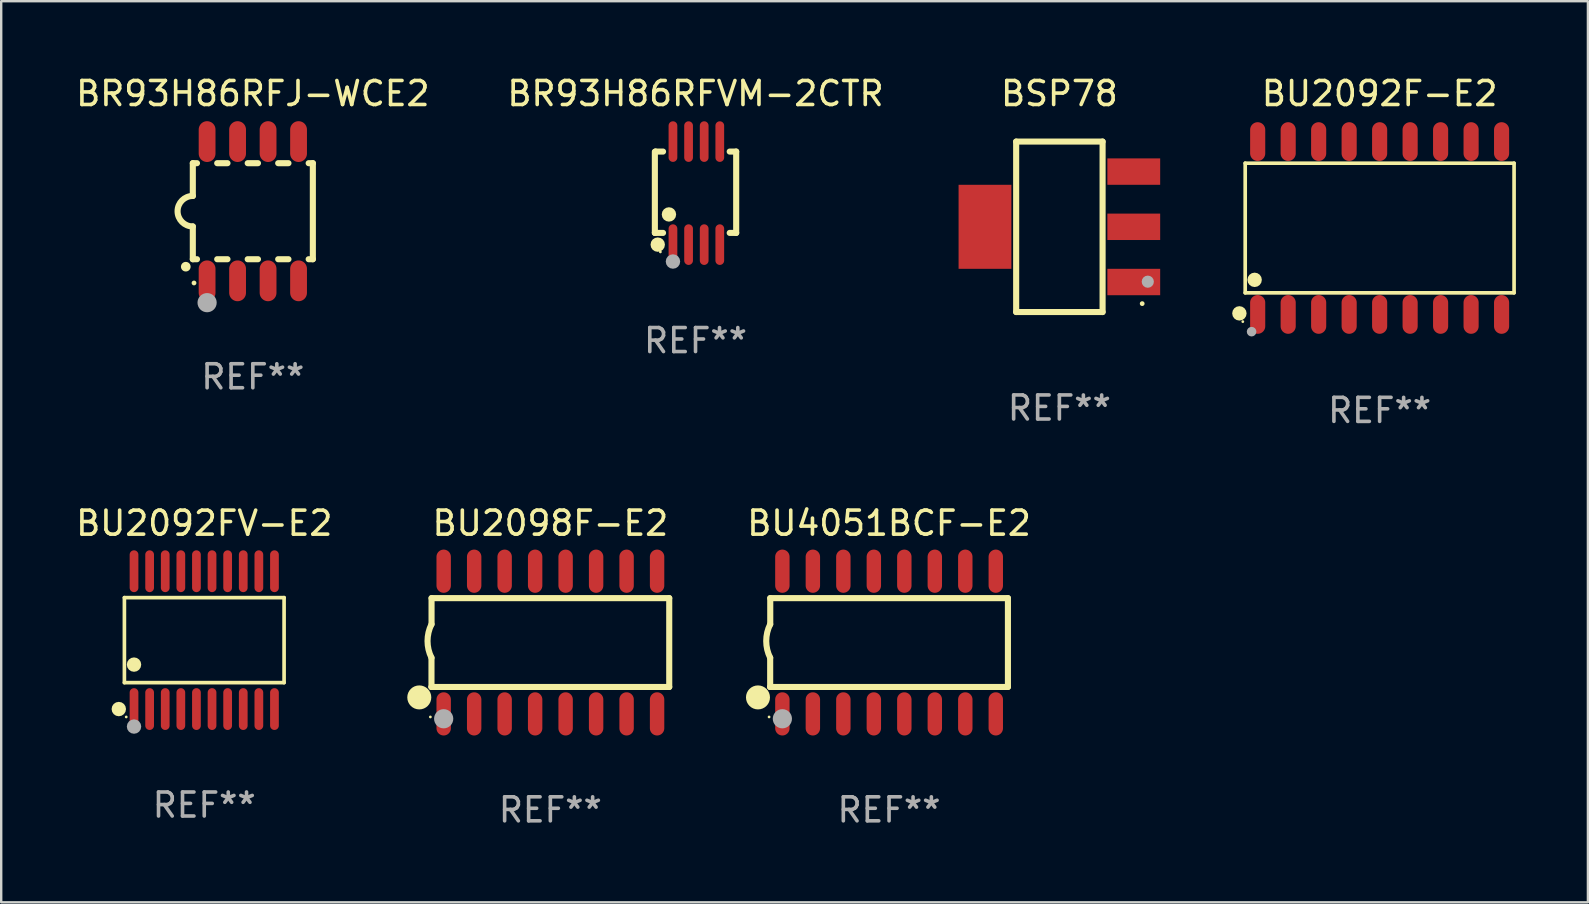
<source format=kicad_pcb>
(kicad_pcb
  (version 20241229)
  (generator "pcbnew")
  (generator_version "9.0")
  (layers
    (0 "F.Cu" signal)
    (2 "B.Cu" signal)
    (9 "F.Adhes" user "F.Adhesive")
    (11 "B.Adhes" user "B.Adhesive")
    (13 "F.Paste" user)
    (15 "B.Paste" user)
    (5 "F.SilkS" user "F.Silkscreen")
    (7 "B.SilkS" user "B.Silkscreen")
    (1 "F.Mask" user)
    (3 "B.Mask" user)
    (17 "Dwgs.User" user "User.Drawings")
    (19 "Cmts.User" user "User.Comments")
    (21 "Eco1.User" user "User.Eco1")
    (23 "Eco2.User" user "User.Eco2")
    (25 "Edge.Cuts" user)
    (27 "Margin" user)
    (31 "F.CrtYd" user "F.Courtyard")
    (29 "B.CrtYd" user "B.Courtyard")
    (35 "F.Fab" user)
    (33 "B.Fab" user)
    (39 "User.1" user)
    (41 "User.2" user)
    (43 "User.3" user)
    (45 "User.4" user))
  (footprint "BU2092F-E2"
    (layer "F.Cu")
    (at 54.421 6.448)
    (property "Reference" "BU2092F-E2" (at 0 -5.6 0) (layer "F.SilkS") (effects (font (size 1 1) (thickness 0.15))))
    (attr through_hole)
    (fp_line (start -5.6 -2.7) (end 5.6 -2.7) (stroke (width 0.152) (type solid)) (layer "F.SilkS"))
    (fp_line (start -5.6 2.7) (end -5.6 -2.7) (stroke (width 0.152) (type solid)) (layer "F.SilkS"))
    (fp_line (start 5.6 -2.7) (end 5.6 2.7) (stroke (width 0.152) (type solid)) (layer "F.SilkS"))
    (fp_line (start 5.6 2.7) (end -5.6 2.7) (stroke (width 0.152) (type solid)) (layer "F.SilkS"))
    (fp_circle (center -5.842 3.556) (end -5.692 3.556) (stroke (width 0.3) (type solid)) (fill no) (layer "F.SilkS"))
    (fp_circle (center -5.7 3.9) (end -5.67 3.9) (stroke (width 0.06) (type solid)) (fill no) (layer "F.SilkS"))
    (fp_circle (center -5.207 2.159) (end -5.057 2.159) (stroke (width 0.3) (type solid)) (fill no) (layer "F.SilkS"))
    (fp_circle (center -5.334 4.318) (end -5.234 4.318) (stroke (width 0.2) (type solid)) (fill no) (layer "F.Fab"))
    (fp_text user "REF**" (at 0 7.6 0) (layer "F.Fab") (effects (font (size 1 1) (thickness 0.15))))
    (pad "1" smd oval (at -5.08 3.6) (size 0.63 1.615) (layers "F.Cu" "F.Mask" "F.Paste"))
    (pad "2" smd oval (at -3.81 3.6) (size 0.63 1.615) (layers "F.Cu" "F.Mask" "F.Paste"))
    (pad "3" smd oval (at -2.54 3.6) (size 0.63 1.615) (layers "F.Cu" "F.Mask" "F.Paste"))
    (pad "4" smd oval (at -1.27 3.6) (size 0.63 1.615) (layers "F.Cu" "F.Mask" "F.Paste"))
    (pad "5" smd oval (at -0.000013 3.6) (size 0.63 1.615) (layers "F.Cu" "F.Mask" "F.Paste"))
    (pad "6" smd oval (at 1.27 3.6) (size 0.63 1.615) (layers "F.Cu" "F.Mask" "F.Paste"))
    (pad "7" smd oval (at 2.54 3.6) (size 0.63 1.615) (layers "F.Cu" "F.Mask" "F.Paste"))
    (pad "8" smd oval (at 3.81 3.6) (size 0.63 1.615) (layers "F.Cu" "F.Mask" "F.Paste"))
    (pad "9" smd oval (at 5.08 3.6) (size 0.63 1.615) (layers "F.Cu" "F.Mask" "F.Paste"))
    (pad "10" smd oval (at 5.08 -3.6) (size 0.63 1.615) (layers "F.Cu" "F.Mask" "F.Paste"))
    (pad "11" smd oval (at 3.81 -3.6) (size 0.63 1.615) (layers "F.Cu" "F.Mask" "F.Paste"))
    (pad "12" smd oval (at 2.54 -3.6) (size 0.63 1.615) (layers "F.Cu" "F.Mask" "F.Paste"))
    (pad "13" smd oval (at 1.27 -3.6) (size 0.63 1.615) (layers "F.Cu" "F.Mask" "F.Paste"))
    (pad "14" smd oval (at -0.000013 -3.6) (size 0.63 1.615) (layers "F.Cu" "F.Mask" "F.Paste"))
    (pad "15" smd oval (at -1.27 -3.6) (size 0.63 1.615) (layers "F.Cu" "F.Mask" "F.Paste"))
    (pad "16" smd oval (at -2.54 -3.6) (size 0.63 1.615) (layers "F.Cu" "F.Mask" "F.Paste"))
    (pad "17" smd oval (at -3.81 -3.6) (size 0.63 1.615) (layers "F.Cu" "F.Mask" "F.Paste"))
    (pad "18" smd oval (at -5.08 -3.6) (size 0.63 1.615) (layers "F.Cu" "F.Mask" "F.Paste")))
  (footprint "BR93H86RFVM-2CTR"
    (layer "F.Cu")
    (at 25.923 4.994)
    (property "Reference" "BR93H86RFVM-2CTR" (at 0 -4.146 0) (layer "F.SilkS") (effects (font (size 1 1) (thickness 0.15))))
    (attr through_hole)
    (fp_line (start -1.694 -1.724) (end -1.694 1.652) (stroke (width 0.254) (type solid)) (layer "F.SilkS"))
    (fp_line (start -1.694 1.652) (end -1.688 1.658) (stroke (width 0.254) (type solid)) (layer "F.SilkS"))
    (fp_line (start -1.688 1.658) (end -1.353 1.658) (stroke (width 0.254) (type solid)) (layer "F.SilkS"))
    (fp_line (start -1.661 -1.73) (end -1.681 -1.71) (stroke (width 0.254) (type solid)) (layer "F.SilkS"))
    (fp_line (start -1.353 -1.73) (end -1.661 -1.73) (stroke (width 0.254) (type solid)) (layer "F.SilkS"))
    (fp_line (start 1.424 1.658) (end 1.694 1.658) (stroke (width 0.254) (type solid)) (layer "F.SilkS"))
    (fp_line (start 1.694 -1.73) (end 1.424 -1.73) (stroke (width 0.254) (type solid)) (layer "F.SilkS"))
    (fp_line (start 1.694 1.658) (end 1.694 -1.73) (stroke (width 0.254) (type solid)) (layer "F.SilkS"))
    (fp_circle (center -1.574 2.146) (end -1.424 2.146) (stroke (width 0.3) (type solid)) (fill no) (layer "F.SilkS"))
    (fp_circle (center -1.464 2.45) (end -1.434 2.45) (stroke (width 0.06) (type solid)) (fill no) (layer "F.SilkS"))
    (fp_circle (center -1.107 0.889) (end -0.957 0.889) (stroke (width 0.3) (type solid)) (fill no) (layer "F.SilkS"))
    (fp_circle (center -0.94 2.85) (end -0.789 2.85) (stroke (width 0.3) (type solid)) (fill no) (layer "F.Fab"))
    (fp_text user "REF**" (at 0 6.146 0) (layer "F.Fab") (effects (font (size 1 1) (thickness 0.15))))
    (pad "1" smd oval (at -0.94 2.146) (size 0.364 1.692) (layers "F.Cu" "F.Mask" "F.Paste"))
    (pad "2" smd oval (at -0.289 2.146) (size 0.364 1.692) (layers "F.Cu" "F.Mask" "F.Paste"))
    (pad "3" smd oval (at 0.361 2.146) (size 0.364 1.692) (layers "F.Cu" "F.Mask" "F.Paste"))
    (pad "4" smd oval (at 1.011 2.146) (size 0.364 1.692) (layers "F.Cu" "F.Mask" "F.Paste"))
    (pad "5" smd oval (at 1.011 -2.146) (size 0.364 1.692) (layers "F.Cu" "F.Mask" "F.Paste"))
    (pad "6" smd oval (at 0.361 -2.146) (size 0.364 1.692) (layers "F.Cu" "F.Mask" "F.Paste"))
    (pad "7" smd oval (at -0.289 -2.146) (size 0.364 1.692) (layers "F.Cu" "F.Mask" "F.Paste"))
    (pad "8" smd oval (at -0.94 -2.146) (size 0.364 1.692) (layers "F.Cu" "F.Mask" "F.Paste")))
  (footprint "BU2098F-E2"
    (layer "F.Cu")
    (at 19.876 23.716)
    (property "Reference" "BU2098F-E2" (at 0 -4.972 0) (layer "F.SilkS") (effects (font (size 1 1) (thickness 0.15))))
    (attr through_hole)
    (fp_line (start -4.952 0.635) (end -4.952 1.85) (stroke (width 0.254) (type solid)) (layer "F.SilkS"))
    (fp_line (start -4.952 1.85) (end -4.949 1.85) (stroke (width 0.254) (type solid)) (layer "F.SilkS"))
    (fp_line (start -4.949 -1.85) (end -4.949 -0.762) (stroke (width 0.254) (type solid)) (layer "F.SilkS"))
    (fp_line (start -4.949 1.85) (end 4.952 1.85) (stroke (width 0.254) (type solid)) (layer "F.SilkS"))
    (fp_line (start 4.952 -1.85) (end -4.949 -1.85) (stroke (width 0.254) (type solid)) (layer "F.SilkS"))
    (fp_line (start 4.952 1.85) (end 4.952 -1.85) (stroke (width 0.254) (type solid)) (layer "F.SilkS"))
    (fp_arc (start -4.951499 0.635128) (mid -5.116393 -0.063373) (end -4.951499 -0.761875) (stroke (width 0.254001) (type solid)) (layer "F.SilkS"))
    (fp_circle (center -5.46 2.286) (end -5.21 2.286) (stroke (width 0.5) (type solid)) (fill no) (layer "F.SilkS"))
    (fp_circle (center -4.998 3.1) (end -4.968 3.1) (stroke (width 0.06) (type solid)) (fill no) (layer "F.SilkS"))
    (fp_circle (center -4.444 3.175) (end -4.244 3.175) (stroke (width 0.4) (type solid)) (fill no) (layer "F.Fab"))
    (fp_text user "REF**" (at 0 6.972 0) (layer "F.Fab") (effects (font (size 1 1) (thickness 0.15))))
    (pad "1" smd oval (at -4.444 2.972) (size 0.6 1.8) (layers "F.Cu" "F.Mask" "F.Paste"))
    (pad "2" smd oval (at -3.174 2.972) (size 0.6 1.8) (layers "F.Cu" "F.Mask" "F.Paste"))
    (pad "3" smd oval (at -1.904 2.972) (size 0.6 1.8) (layers "F.Cu" "F.Mask" "F.Paste"))
    (pad "4" smd oval (at -0.634 2.972) (size 0.6 1.8) (layers "F.Cu" "F.Mask" "F.Paste"))
    (pad "5" smd oval (at 0.636 2.972) (size 0.6 1.8) (layers "F.Cu" "F.Mask" "F.Paste"))
    (pad "6" smd oval (at 1.906 2.972) (size 0.6 1.8) (layers "F.Cu" "F.Mask" "F.Paste"))
    (pad "7" smd oval (at 3.176 2.972) (size 0.6 1.8) (layers "F.Cu" "F.Mask" "F.Paste"))
    (pad "8" smd oval (at 4.446 2.972) (size 0.6 1.8) (layers "F.Cu" "F.Mask" "F.Paste"))
    (pad "9" smd oval (at 4.446 -2.972) (size 0.6 1.8) (layers "F.Cu" "F.Mask" "F.Paste"))
    (pad "10" smd oval (at 3.176 -2.972) (size 0.6 1.8) (layers "F.Cu" "F.Mask" "F.Paste"))
    (pad "11" smd oval (at 1.906 -2.972) (size 0.6 1.8) (layers "F.Cu" "F.Mask" "F.Paste"))
    (pad "12" smd oval (at 0.636 -2.972) (size 0.6 1.8) (layers "F.Cu" "F.Mask" "F.Paste"))
    (pad "13" smd oval (at -0.634 -2.972) (size 0.6 1.8) (layers "F.Cu" "F.Mask" "F.Paste"))
    (pad "14" smd oval (at -1.904 -2.972) (size 0.6 1.8) (layers "F.Cu" "F.Mask" "F.Paste"))
    (pad "15" smd oval (at -3.174 -2.972) (size 0.6 1.8) (layers "F.Cu" "F.Mask" "F.Paste"))
    (pad "16" smd oval (at -4.444 -2.972) (size 0.6 1.8) (layers "F.Cu" "F.Mask" "F.Paste")))
  (footprint "BU2092FV-E2"
    (layer "F.Cu")
    (at 5.458 23.616)
    (property "Reference" "BU2092FV-E2" (at 0 -4.871 0) (layer "F.SilkS") (effects (font (size 1 1) (thickness 0.15))))
    (attr through_hole)
    (fp_line (start -3.326 -1.771) (end 3.326 -1.771) (stroke (width 0.152) (type solid)) (layer "F.SilkS"))
    (fp_line (start -3.326 1.771) (end -3.326 -1.771) (stroke (width 0.152) (type solid)) (layer "F.SilkS"))
    (fp_line (start 3.326 -1.771) (end 3.326 1.771) (stroke (width 0.152) (type solid)) (layer "F.SilkS"))
    (fp_line (start 3.326 1.771) (end -3.326 1.771) (stroke (width 0.152) (type solid)) (layer "F.SilkS"))
    (fp_circle (center -3.559 2.871) (end -3.409 2.871) (stroke (width 0.3) (type solid)) (fill no) (layer "F.SilkS"))
    (fp_circle (center -3.25 3.2) (end -3.22 3.2) (stroke (width 0.06) (type solid)) (fill no) (layer "F.SilkS"))
    (fp_circle (center -2.925 1.019) (end -2.775 1.019) (stroke (width 0.3) (type solid)) (fill no) (layer "F.SilkS"))
    (fp_circle (center -2.925 3.6) (end -2.775 3.6) (stroke (width 0.3) (type solid)) (fill no) (layer "F.Fab"))
    (fp_text user "REF**" (at 0 6.871 0) (layer "F.Fab") (effects (font (size 1 1) (thickness 0.15))))
    (pad "1" smd oval (at -2.925 2.871) (size 0.364 1.742) (layers "F.Cu" "F.Mask" "F.Paste"))
    (pad "2" smd oval (at -2.275 2.871) (size 0.364 1.742) (layers "F.Cu" "F.Mask" "F.Paste"))
    (pad "3" smd oval (at -1.625 2.871) (size 0.364 1.742) (layers "F.Cu" "F.Mask" "F.Paste"))
    (pad "4" smd oval (at -0.975 2.871) (size 0.364 1.742) (layers "F.Cu" "F.Mask" "F.Paste"))
    (pad "5" smd oval (at -0.325 2.871) (size 0.364 1.742) (layers "F.Cu" "F.Mask" "F.Paste"))
    (pad "6" smd oval (at 0.325 2.871) (size 0.364 1.742) (layers "F.Cu" "F.Mask" "F.Paste"))
    (pad "7" smd oval (at 0.975 2.871) (size 0.364 1.742) (layers "F.Cu" "F.Mask" "F.Paste"))
    (pad "8" smd oval (at 1.625 2.871) (size 0.364 1.742) (layers "F.Cu" "F.Mask" "F.Paste"))
    (pad "9" smd oval (at 2.275 2.871) (size 0.364 1.742) (layers "F.Cu" "F.Mask" "F.Paste"))
    (pad "10" smd oval (at 2.925 2.871) (size 0.364 1.742) (layers "F.Cu" "F.Mask" "F.Paste"))
    (pad "11" smd oval (at 2.925 -2.871) (size 0.364 1.742) (layers "F.Cu" "F.Mask" "F.Paste"))
    (pad "12" smd oval (at 2.275 -2.871) (size 0.364 1.742) (layers "F.Cu" "F.Mask" "F.Paste"))
    (pad "13" smd oval (at 1.625 -2.871) (size 0.364 1.742) (layers "F.Cu" "F.Mask" "F.Paste"))
    (pad "14" smd oval (at 0.975 -2.871) (size 0.364 1.742) (layers "F.Cu" "F.Mask" "F.Paste"))
    (pad "15" smd oval (at 0.325 -2.871) (size 0.364 1.742) (layers "F.Cu" "F.Mask" "F.Paste"))
    (pad "16" smd oval (at -0.325 -2.871) (size 0.364 1.742) (layers "F.Cu" "F.Mask" "F.Paste"))
    (pad "17" smd oval (at -0.975 -2.871) (size 0.364 1.742) (layers "F.Cu" "F.Mask" "F.Paste"))
    (pad "18" smd oval (at -1.625 -2.871) (size 0.364 1.742) (layers "F.Cu" "F.Mask" "F.Paste"))
    (pad "19" smd oval (at -2.275 -2.871) (size 0.364 1.742) (layers "F.Cu" "F.Mask" "F.Paste"))
    (pad "20" smd oval (at -2.925 -2.871) (size 0.364 1.742) (layers "F.Cu" "F.Mask" "F.Paste")))
  (footprint "BU4051BCF-E2"
    (layer "F.Cu")
    (at 33.985 23.716)
    (property "Reference" "BU4051BCF-E2" (at 0 -4.972 0) (layer "F.SilkS") (effects (font (size 1 1) (thickness 0.15))))
    (attr through_hole)
    (fp_line (start -4.952 0.635) (end -4.952 1.85) (stroke (width 0.254) (type solid)) (layer "F.SilkS"))
    (fp_line (start -4.952 1.85) (end -4.949 1.85) (stroke (width 0.254) (type solid)) (layer "F.SilkS"))
    (fp_line (start -4.949 -1.85) (end -4.949 -0.762) (stroke (width 0.254) (type solid)) (layer "F.SilkS"))
    (fp_line (start -4.949 1.85) (end 4.952 1.85) (stroke (width 0.254) (type solid)) (layer "F.SilkS"))
    (fp_line (start 4.952 -1.85) (end -4.949 -1.85) (stroke (width 0.254) (type solid)) (layer "F.SilkS"))
    (fp_line (start 4.952 1.85) (end 4.952 -1.85) (stroke (width 0.254) (type solid)) (layer "F.SilkS"))
    (fp_arc (start -4.951499 0.635128) (mid -5.116393 -0.063373) (end -4.951499 -0.761875) (stroke (width 0.254001) (type solid)) (layer "F.SilkS"))
    (fp_circle (center -5.46 2.286) (end -5.21 2.286) (stroke (width 0.5) (type solid)) (fill no) (layer "F.SilkS"))
    (fp_circle (center -4.998 3.1) (end -4.968 3.1) (stroke (width 0.06) (type solid)) (fill no) (layer "F.SilkS"))
    (fp_circle (center -4.444 3.175) (end -4.244 3.175) (stroke (width 0.4) (type solid)) (fill no) (layer "F.Fab"))
    (fp_text user "REF**" (at 0 6.972 0) (layer "F.Fab") (effects (font (size 1 1) (thickness 0.15))))
    (pad "1" smd oval (at -4.444 2.972) (size 0.6 1.8) (layers "F.Cu" "F.Mask" "F.Paste"))
    (pad "2" smd oval (at -3.174 2.972) (size 0.6 1.8) (layers "F.Cu" "F.Mask" "F.Paste"))
    (pad "3" smd oval (at -1.904 2.972) (size 0.6 1.8) (layers "F.Cu" "F.Mask" "F.Paste"))
    (pad "4" smd oval (at -0.634 2.972) (size 0.6 1.8) (layers "F.Cu" "F.Mask" "F.Paste"))
    (pad "5" smd oval (at 0.636 2.972) (size 0.6 1.8) (layers "F.Cu" "F.Mask" "F.Paste"))
    (pad "6" smd oval (at 1.906 2.972) (size 0.6 1.8) (layers "F.Cu" "F.Mask" "F.Paste"))
    (pad "7" smd oval (at 3.176 2.972) (size 0.6 1.8) (layers "F.Cu" "F.Mask" "F.Paste"))
    (pad "8" smd oval (at 4.446 2.972) (size 0.6 1.8) (layers "F.Cu" "F.Mask" "F.Paste"))
    (pad "9" smd oval (at 4.446 -2.972) (size 0.6 1.8) (layers "F.Cu" "F.Mask" "F.Paste"))
    (pad "10" smd oval (at 3.176 -2.972) (size 0.6 1.8) (layers "F.Cu" "F.Mask" "F.Paste"))
    (pad "11" smd oval (at 1.906 -2.972) (size 0.6 1.8) (layers "F.Cu" "F.Mask" "F.Paste"))
    (pad "12" smd oval (at 0.636 -2.972) (size 0.6 1.8) (layers "F.Cu" "F.Mask" "F.Paste"))
    (pad "13" smd oval (at -0.634 -2.972) (size 0.6 1.8) (layers "F.Cu" "F.Mask" "F.Paste"))
    (pad "14" smd oval (at -1.904 -2.972) (size 0.6 1.8) (layers "F.Cu" "F.Mask" "F.Paste"))
    (pad "15" smd oval (at -3.174 -2.972) (size 0.6 1.8) (layers "F.Cu" "F.Mask" "F.Paste"))
    (pad "16" smd oval (at -4.444 -2.972) (size 0.6 1.8) (layers "F.Cu" "F.Mask" "F.Paste")))
  (footprint "BSP78"
    (layer "F.Cu")
    (at 41.08 6.398)
    (property "Reference" "BSP78" (at 0 -5.55 0) (layer "F.SilkS") (effects (font (size 1 1) (thickness 0.15))))
    (attr through_hole)
    (fp_line (start -1.8 -3.55) (end 1.8 -3.55) (stroke (width 0.254) (type solid)) (layer "F.SilkS"))
    (fp_line (start -1.8 3.55) (end -1.8 -3.55) (stroke (width 0.254) (type solid)) (layer "F.SilkS"))
    (fp_line (start -1.8 3.55) (end 1.8 3.55) (stroke (width 0.254) (type solid)) (layer "F.SilkS"))
    (fp_line (start 1.8 3.55) (end 1.8 -3.55) (stroke (width 0.254) (type solid)) (layer "F.SilkS"))
    (fp_circle (center 3.45 3.2) (end 3.5 3.2) (stroke (width 0.1) (type solid)) (fill no) (layer "F.SilkS"))
    (fp_circle (center 3.683 2.286) (end 3.81 2.286) (stroke (width 0.254) (type solid)) (fill no) (layer "F.Fab"))
    (fp_text user "REF**" (at 0 7.55 0) (layer "F.Fab") (effects (font (size 1 1) (thickness 0.15))))
    (pad "1" smd rect (at 3.099 2.3 90) (size 1.1 2.2) (layers "F.Cu" "F.Mask" "F.Paste"))
    (pad "2" smd rect (at 3.099 0 90) (size 1.1 2.2) (layers "F.Cu" "F.Mask" "F.Paste"))
    (pad "3" smd rect (at 3.099 -2.3 90) (size 1.1 2.2) (layers "F.Cu" "F.Mask" "F.Paste"))
    (pad "4" smd rect (at -3.099 0) (size 2.2 3.5) (layers "F.Cu" "F.Mask" "F.Paste")))
  (footprint "BR93H86RFJ-WCE2"
    (layer "F.Cu")
    (at 7.482 5.748)
    (property "Reference" "BR93H86RFJ-WCE2" (at 0 -4.9 0) (layer "F.SilkS") (effects (font (size 1 1) (thickness 0.15))))
    (attr through_hole)
    (fp_line (start -2.5 -2) (end -2.5 -0.635) (stroke (width 0.254) (type solid)) (layer "F.SilkS"))
    (fp_line (start -2.5 -2) (end -2.326 -2) (stroke (width 0.254) (type solid)) (layer "F.SilkS"))
    (fp_line (start -2.5 2) (end -2.5 0.635) (stroke (width 0.254) (type solid)) (layer "F.SilkS"))
    (fp_line (start -2.5 2) (end -2.326 2) (stroke (width 0.254) (type solid)) (layer "F.SilkS"))
    (fp_line (start -1.484 -2) (end -1.056 -2) (stroke (width 0.254) (type solid)) (layer "F.SilkS"))
    (fp_line (start -1.484 2) (end -1.056 2) (stroke (width 0.254) (type solid)) (layer "F.SilkS"))
    (fp_line (start -0.214 -2) (end 0.214 -2) (stroke (width 0.254) (type solid)) (layer "F.SilkS"))
    (fp_line (start -0.214 2) (end 0.214 2) (stroke (width 0.254) (type solid)) (layer "F.SilkS"))
    (fp_line (start 1.056 -2) (end 1.484 -2) (stroke (width 0.254) (type solid)) (layer "F.SilkS"))
    (fp_line (start 1.056 2) (end 1.484 2) (stroke (width 0.254) (type solid)) (layer "F.SilkS"))
    (fp_line (start 2.326 -2) (end 2.5 -2) (stroke (width 0.254) (type solid)) (layer "F.SilkS"))
    (fp_line (start 2.326 2) (end 2.5 2) (stroke (width 0.254) (type solid)) (layer "F.SilkS"))
    (fp_line (start 2.5 -2) (end 2.5 2) (stroke (width 0.254) (type solid)) (layer "F.SilkS"))
    (fp_arc (start -2.794006 2.311405) (mid -2.792736 2.311401) (end -2.791466 2.311405) (stroke (width 0.4) (type solid)) (layer "F.SilkS"))
    (fp_arc (start -2.5 0.635001) (mid -3.134366 -0.000318) (end -2.499365 -0.635001) (stroke (width 0.254001) (type solid)) (layer "F.SilkS"))
    (fp_circle (center -2.45 2.99) (end -2.4 2.99) (stroke (width 0.1) (type solid)) (fill no) (layer "F.SilkS"))
    (fp_circle (center -1.905 3.81) (end -1.705 3.81) (stroke (width 0.4) (type solid)) (fill no) (layer "F.Fab"))
    (fp_text user "REF**" (at 0 6.9 0) (layer "F.Fab") (effects (font (size 1 1) (thickness 0.15))))
    (pad "1" smd oval (at -1.905 2.9 180) (size 0.7 1.7) (layers "F.Cu" "F.Mask" "F.Paste"))
    (pad "2" smd oval (at -0.635 2.9 180) (size 0.7 1.7) (layers "F.Cu" "F.Mask" "F.Paste"))
    (pad "3" smd oval (at 0.635 2.9 180) (size 0.7 1.7) (layers "F.Cu" "F.Mask" "F.Paste"))
    (pad "4" smd oval (at 1.905 2.9 180) (size 0.7 1.7) (layers "F.Cu" "F.Mask" "F.Paste"))
    (pad "5" smd oval (at 1.905 -2.9 180) (size 0.7 1.7) (layers "F.Cu" "F.Mask" "F.Paste"))
    (pad "6" smd oval (at 0.635 -2.9 180) (size 0.7 1.7) (layers "F.Cu" "F.Mask" "F.Paste"))
    (pad "7" smd oval (at -0.635 -2.9 180) (size 0.7 1.7) (layers "F.Cu" "F.Mask" "F.Paste"))
    (pad "8" smd oval (at -1.905 -2.9 180) (size 0.7 1.7) (layers "F.Cu" "F.Mask" "F.Paste")))
  (gr_rect
    (start -3 -3)
    (end 63.097 34.537)
    (stroke (width 0.1) (type default))
    (fill no)
    (layer "Edge.Cuts")))
</source>
